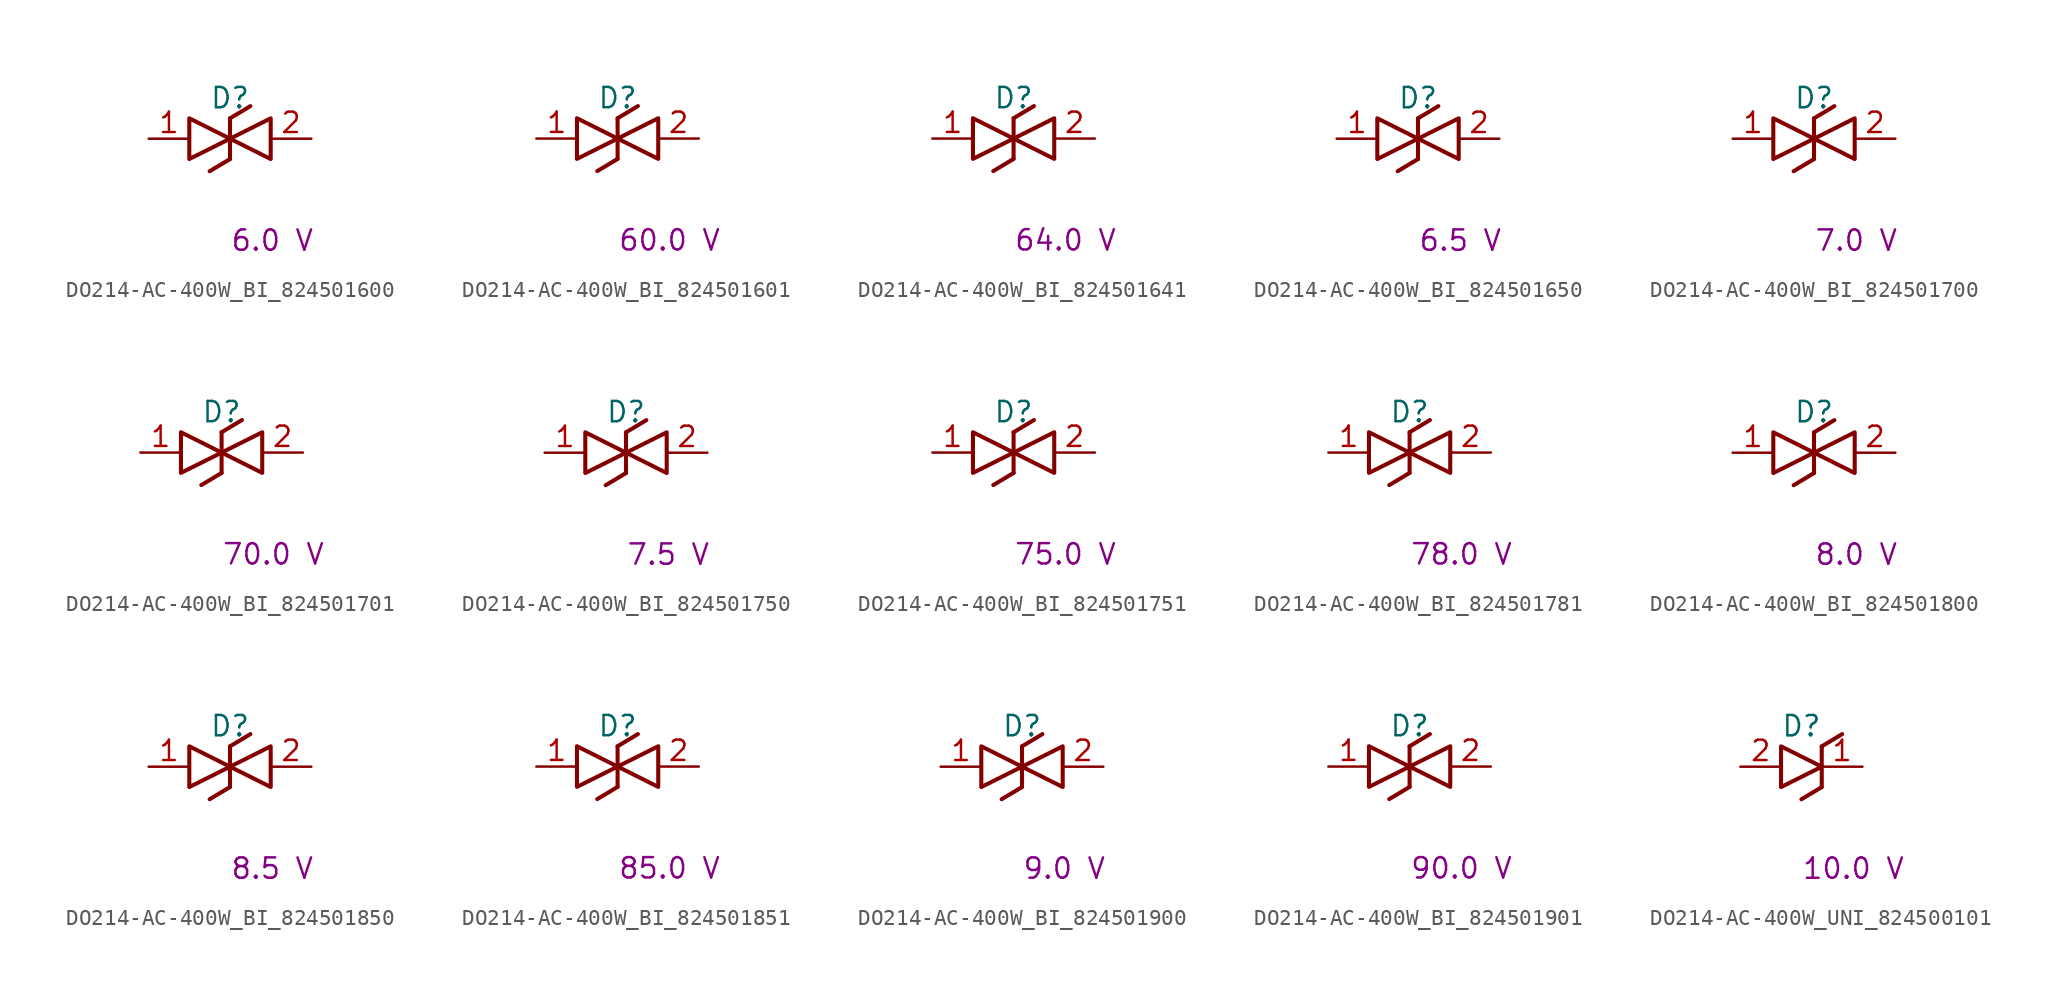
<source format=kicad_sym>
(kicad_symbol_lib
  (version 20220914)
  (generator kicad_symbol_editor)
  (symbol "DO214-AC-400W_BI_824501600"
    (pin_names hide)
    (property "Reference" "D"
      (at 0 2.54 0)
      (effects (font (size 1.27 1.27))))
    (property "Critical Parameter" "6.0 V"
      (at 0 -6.35 0)
      (effects (font (size 1.27 1.27)) (justify left)))
    (symbol "DO214-AC-400W_BI_824501600_0_1"
      (polyline (pts (xy -2.54 1.27) (xy -2.54 -1.27) (xy 2.54 1.27) (xy 2.54 -1.27) (xy -2.54 1.27)) (stroke (width 0.254) (type default)) (fill (type none))))
    (symbol "DO214-AC-400W_BI_824501600_1_1"
      (polyline (pts (xy 0 -1.27) (xy -1.27 -2.032)) (stroke (width 0.254) (type default)) (fill (type none)))
      (polyline (pts (xy 0 1.27) (xy 0 -1.27)) (stroke (width 0.254) (type default)) (fill (type none)))
      (polyline (pts (xy 0 1.27) (xy 1.27 2.032)) (stroke (width 0.254) (type default)) (fill (type none)))
      (pin passive line (at -5.08 0 0) (length 2.54) (name "1" (effects (font (size 1.27 1.27)))) (number "1" (effects (font (size 1.27 1.27)))))
      (pin passive line (at 5.08 0 180) (length 2.54) (name "2" (effects (font (size 1.27 1.27)))) (number "2" (effects (font (size 1.27 1.27)))))))
  (symbol "DO214-AC-400W_BI_824501601"
    (pin_names hide)
    (property "Reference" "D"
      (at 0 2.54 0)
      (effects (font (size 1.27 1.27))))
    (property "Critical Parameter" "60.0 V"
      (at 0 -6.35 0)
      (effects (font (size 1.27 1.27)) (justify left)))
    (symbol "DO214-AC-400W_BI_824501601_0_1"
      (polyline (pts (xy -2.54 1.27) (xy -2.54 -1.27) (xy 2.54 1.27) (xy 2.54 -1.27) (xy -2.54 1.27)) (stroke (width 0.254) (type default)) (fill (type none))))
    (symbol "DO214-AC-400W_BI_824501601_1_1"
      (polyline (pts (xy 0 -1.27) (xy -1.27 -2.032)) (stroke (width 0.254) (type default)) (fill (type none)))
      (polyline (pts (xy 0 1.27) (xy 0 -1.27)) (stroke (width 0.254) (type default)) (fill (type none)))
      (polyline (pts (xy 0 1.27) (xy 1.27 2.032)) (stroke (width 0.254) (type default)) (fill (type none)))
      (pin passive line (at -5.08 0 0) (length 2.54) (name "1" (effects (font (size 1.27 1.27)))) (number "1" (effects (font (size 1.27 1.27)))))
      (pin passive line (at 5.08 0 180) (length 2.54) (name "2" (effects (font (size 1.27 1.27)))) (number "2" (effects (font (size 1.27 1.27)))))))
  (symbol "DO214-AC-400W_BI_824501641"
    (pin_names hide)
    (property "Reference" "D"
      (at 0 2.54 0)
      (effects (font (size 1.27 1.27))))
    (property "Critical Parameter" "64.0 V"
      (at 0 -6.35 0)
      (effects (font (size 1.27 1.27)) (justify left)))
    (symbol "DO214-AC-400W_BI_824501641_0_1"
      (polyline (pts (xy -2.54 1.27) (xy -2.54 -1.27) (xy 2.54 1.27) (xy 2.54 -1.27) (xy -2.54 1.27)) (stroke (width 0.254) (type default)) (fill (type none))))
    (symbol "DO214-AC-400W_BI_824501641_1_1"
      (polyline (pts (xy 0 -1.27) (xy -1.27 -2.032)) (stroke (width 0.254) (type default)) (fill (type none)))
      (polyline (pts (xy 0 1.27) (xy 0 -1.27)) (stroke (width 0.254) (type default)) (fill (type none)))
      (polyline (pts (xy 0 1.27) (xy 1.27 2.032)) (stroke (width 0.254) (type default)) (fill (type none)))
      (pin passive line (at -5.08 0 0) (length 2.54) (name "1" (effects (font (size 1.27 1.27)))) (number "1" (effects (font (size 1.27 1.27)))))
      (pin passive line (at 5.08 0 180) (length 2.54) (name "2" (effects (font (size 1.27 1.27)))) (number "2" (effects (font (size 1.27 1.27)))))))
  (symbol "DO214-AC-400W_BI_824501650"
    (pin_names hide)
    (property "Reference" "D"
      (at 0 2.54 0)
      (effects (font (size 1.27 1.27))))
    (property "Critical Parameter" "6.5 V"
      (at 0 -6.35 0)
      (effects (font (size 1.27 1.27)) (justify left)))
    (symbol "DO214-AC-400W_BI_824501650_0_1"
      (polyline (pts (xy -2.54 1.27) (xy -2.54 -1.27) (xy 2.54 1.27) (xy 2.54 -1.27) (xy -2.54 1.27)) (stroke (width 0.254) (type default)) (fill (type none))))
    (symbol "DO214-AC-400W_BI_824501650_1_1"
      (polyline (pts (xy 0 -1.27) (xy -1.27 -2.032)) (stroke (width 0.254) (type default)) (fill (type none)))
      (polyline (pts (xy 0 1.27) (xy 0 -1.27)) (stroke (width 0.254) (type default)) (fill (type none)))
      (polyline (pts (xy 0 1.27) (xy 1.27 2.032)) (stroke (width 0.254) (type default)) (fill (type none)))
      (pin passive line (at -5.08 0 0) (length 2.54) (name "1" (effects (font (size 1.27 1.27)))) (number "1" (effects (font (size 1.27 1.27)))))
      (pin passive line (at 5.08 0 180) (length 2.54) (name "2" (effects (font (size 1.27 1.27)))) (number "2" (effects (font (size 1.27 1.27)))))))
  (symbol "DO214-AC-400W_BI_824501700"
    (pin_names hide)
    (property "Reference" "D"
      (at 0 2.54 0)
      (effects (font (size 1.27 1.27))))
    (property "Critical Parameter" "7.0 V"
      (at 0 -6.35 0)
      (effects (font (size 1.27 1.27)) (justify left)))
    (symbol "DO214-AC-400W_BI_824501700_0_1"
      (polyline (pts (xy -2.54 1.27) (xy -2.54 -1.27) (xy 2.54 1.27) (xy 2.54 -1.27) (xy -2.54 1.27)) (stroke (width 0.254) (type default)) (fill (type none))))
    (symbol "DO214-AC-400W_BI_824501700_1_1"
      (polyline (pts (xy 0 -1.27) (xy -1.27 -2.032)) (stroke (width 0.254) (type default)) (fill (type none)))
      (polyline (pts (xy 0 1.27) (xy 0 -1.27)) (stroke (width 0.254) (type default)) (fill (type none)))
      (polyline (pts (xy 0 1.27) (xy 1.27 2.032)) (stroke (width 0.254) (type default)) (fill (type none)))
      (pin passive line (at -5.08 0 0) (length 2.54) (name "1" (effects (font (size 1.27 1.27)))) (number "1" (effects (font (size 1.27 1.27)))))
      (pin passive line (at 5.08 0 180) (length 2.54) (name "2" (effects (font (size 1.27 1.27)))) (number "2" (effects (font (size 1.27 1.27)))))))
  (symbol "DO214-AC-400W_BI_824501701"
    (pin_names hide)
    (property "Reference" "D"
      (at 0 2.54 0)
      (effects (font (size 1.27 1.27))))
    (property "Critical Parameter" "70.0 V"
      (at 0 -6.35 0)
      (effects (font (size 1.27 1.27)) (justify left)))
    (symbol "DO214-AC-400W_BI_824501701_0_1"
      (polyline (pts (xy -2.54 1.27) (xy -2.54 -1.27) (xy 2.54 1.27) (xy 2.54 -1.27) (xy -2.54 1.27)) (stroke (width 0.254) (type default)) (fill (type none))))
    (symbol "DO214-AC-400W_BI_824501701_1_1"
      (polyline (pts (xy 0 -1.27) (xy -1.27 -2.032)) (stroke (width 0.254) (type default)) (fill (type none)))
      (polyline (pts (xy 0 1.27) (xy 0 -1.27)) (stroke (width 0.254) (type default)) (fill (type none)))
      (polyline (pts (xy 0 1.27) (xy 1.27 2.032)) (stroke (width 0.254) (type default)) (fill (type none)))
      (pin passive line (at -5.08 0 0) (length 2.54) (name "1" (effects (font (size 1.27 1.27)))) (number "1" (effects (font (size 1.27 1.27)))))
      (pin passive line (at 5.08 0 180) (length 2.54) (name "2" (effects (font (size 1.27 1.27)))) (number "2" (effects (font (size 1.27 1.27)))))))
  (symbol "DO214-AC-400W_BI_824501750"
    (pin_names hide)
    (property "Reference" "D"
      (at 0 2.54 0)
      (effects (font (size 1.27 1.27))))
    (property "Critical Parameter" "7.5 V"
      (at 0 -6.35 0)
      (effects (font (size 1.27 1.27)) (justify left)))
    (symbol "DO214-AC-400W_BI_824501750_0_1"
      (polyline (pts (xy -2.54 1.27) (xy -2.54 -1.27) (xy 2.54 1.27) (xy 2.54 -1.27) (xy -2.54 1.27)) (stroke (width 0.254) (type default)) (fill (type none))))
    (symbol "DO214-AC-400W_BI_824501750_1_1"
      (polyline (pts (xy 0 -1.27) (xy -1.27 -2.032)) (stroke (width 0.254) (type default)) (fill (type none)))
      (polyline (pts (xy 0 1.27) (xy 0 -1.27)) (stroke (width 0.254) (type default)) (fill (type none)))
      (polyline (pts (xy 0 1.27) (xy 1.27 2.032)) (stroke (width 0.254) (type default)) (fill (type none)))
      (pin passive line (at -5.08 0 0) (length 2.54) (name "1" (effects (font (size 1.27 1.27)))) (number "1" (effects (font (size 1.27 1.27)))))
      (pin passive line (at 5.08 0 180) (length 2.54) (name "2" (effects (font (size 1.27 1.27)))) (number "2" (effects (font (size 1.27 1.27)))))))
  (symbol "DO214-AC-400W_BI_824501751"
    (pin_names hide)
    (property "Reference" "D"
      (at 0 2.54 0)
      (effects (font (size 1.27 1.27))))
    (property "Critical Parameter" "75.0 V"
      (at 0 -6.35 0)
      (effects (font (size 1.27 1.27)) (justify left)))
    (symbol "DO214-AC-400W_BI_824501751_0_1"
      (polyline (pts (xy -2.54 1.27) (xy -2.54 -1.27) (xy 2.54 1.27) (xy 2.54 -1.27) (xy -2.54 1.27)) (stroke (width 0.254) (type default)) (fill (type none))))
    (symbol "DO214-AC-400W_BI_824501751_1_1"
      (polyline (pts (xy 0 -1.27) (xy -1.27 -2.032)) (stroke (width 0.254) (type default)) (fill (type none)))
      (polyline (pts (xy 0 1.27) (xy 0 -1.27)) (stroke (width 0.254) (type default)) (fill (type none)))
      (polyline (pts (xy 0 1.27) (xy 1.27 2.032)) (stroke (width 0.254) (type default)) (fill (type none)))
      (pin passive line (at -5.08 0 0) (length 2.54) (name "1" (effects (font (size 1.27 1.27)))) (number "1" (effects (font (size 1.27 1.27)))))
      (pin passive line (at 5.08 0 180) (length 2.54) (name "2" (effects (font (size 1.27 1.27)))) (number "2" (effects (font (size 1.27 1.27)))))))
  (symbol "DO214-AC-400W_BI_824501781"
    (pin_names hide)
    (property "Reference" "D"
      (at 0 2.54 0)
      (effects (font (size 1.27 1.27))))
    (property "Critical Parameter" "78.0 V"
      (at 0 -6.35 0)
      (effects (font (size 1.27 1.27)) (justify left)))
    (symbol "DO214-AC-400W_BI_824501781_0_1"
      (polyline (pts (xy -2.54 1.27) (xy -2.54 -1.27) (xy 2.54 1.27) (xy 2.54 -1.27) (xy -2.54 1.27)) (stroke (width 0.254) (type default)) (fill (type none))))
    (symbol "DO214-AC-400W_BI_824501781_1_1"
      (polyline (pts (xy 0 -1.27) (xy -1.27 -2.032)) (stroke (width 0.254) (type default)) (fill (type none)))
      (polyline (pts (xy 0 1.27) (xy 0 -1.27)) (stroke (width 0.254) (type default)) (fill (type none)))
      (polyline (pts (xy 0 1.27) (xy 1.27 2.032)) (stroke (width 0.254) (type default)) (fill (type none)))
      (pin passive line (at -5.08 0 0) (length 2.54) (name "1" (effects (font (size 1.27 1.27)))) (number "1" (effects (font (size 1.27 1.27)))))
      (pin passive line (at 5.08 0 180) (length 2.54) (name "2" (effects (font (size 1.27 1.27)))) (number "2" (effects (font (size 1.27 1.27)))))))
  (symbol "DO214-AC-400W_BI_824501800"
    (pin_names hide)
    (property "Reference" "D"
      (at 0 2.54 0)
      (effects (font (size 1.27 1.27))))
    (property "Critical Parameter" "8.0 V"
      (at 0 -6.35 0)
      (effects (font (size 1.27 1.27)) (justify left)))
    (symbol "DO214-AC-400W_BI_824501800_0_1"
      (polyline (pts (xy -2.54 1.27) (xy -2.54 -1.27) (xy 2.54 1.27) (xy 2.54 -1.27) (xy -2.54 1.27)) (stroke (width 0.254) (type default)) (fill (type none))))
    (symbol "DO214-AC-400W_BI_824501800_1_1"
      (polyline (pts (xy 0 -1.27) (xy -1.27 -2.032)) (stroke (width 0.254) (type default)) (fill (type none)))
      (polyline (pts (xy 0 1.27) (xy 0 -1.27)) (stroke (width 0.254) (type default)) (fill (type none)))
      (polyline (pts (xy 0 1.27) (xy 1.27 2.032)) (stroke (width 0.254) (type default)) (fill (type none)))
      (pin passive line (at -5.08 0 0) (length 2.54) (name "1" (effects (font (size 1.27 1.27)))) (number "1" (effects (font (size 1.27 1.27)))))
      (pin passive line (at 5.08 0 180) (length 2.54) (name "2" (effects (font (size 1.27 1.27)))) (number "2" (effects (font (size 1.27 1.27)))))))
  (symbol "DO214-AC-400W_BI_824501850"
    (pin_names hide)
    (property "Reference" "D"
      (at 0 2.54 0)
      (effects (font (size 1.27 1.27))))
    (property "Critical Parameter" "8.5 V"
      (at 0 -6.35 0)
      (effects (font (size 1.27 1.27)) (justify left)))
    (symbol "DO214-AC-400W_BI_824501850_0_1"
      (polyline (pts (xy -2.54 1.27) (xy -2.54 -1.27) (xy 2.54 1.27) (xy 2.54 -1.27) (xy -2.54 1.27)) (stroke (width 0.254) (type default)) (fill (type none))))
    (symbol "DO214-AC-400W_BI_824501850_1_1"
      (polyline (pts (xy 0 -1.27) (xy -1.27 -2.032)) (stroke (width 0.254) (type default)) (fill (type none)))
      (polyline (pts (xy 0 1.27) (xy 0 -1.27)) (stroke (width 0.254) (type default)) (fill (type none)))
      (polyline (pts (xy 0 1.27) (xy 1.27 2.032)) (stroke (width 0.254) (type default)) (fill (type none)))
      (pin passive line (at -5.08 0 0) (length 2.54) (name "1" (effects (font (size 1.27 1.27)))) (number "1" (effects (font (size 1.27 1.27)))))
      (pin passive line (at 5.08 0 180) (length 2.54) (name "2" (effects (font (size 1.27 1.27)))) (number "2" (effects (font (size 1.27 1.27)))))))
  (symbol "DO214-AC-400W_BI_824501851"
    (pin_names hide)
    (property "Reference" "D"
      (at 0 2.54 0)
      (effects (font (size 1.27 1.27))))
    (property "Critical Parameter" "85.0 V"
      (at 0 -6.35 0)
      (effects (font (size 1.27 1.27)) (justify left)))
    (symbol "DO214-AC-400W_BI_824501851_0_1"
      (polyline (pts (xy -2.54 1.27) (xy -2.54 -1.27) (xy 2.54 1.27) (xy 2.54 -1.27) (xy -2.54 1.27)) (stroke (width 0.254) (type default)) (fill (type none))))
    (symbol "DO214-AC-400W_BI_824501851_1_1"
      (polyline (pts (xy 0 -1.27) (xy -1.27 -2.032)) (stroke (width 0.254) (type default)) (fill (type none)))
      (polyline (pts (xy 0 1.27) (xy 0 -1.27)) (stroke (width 0.254) (type default)) (fill (type none)))
      (polyline (pts (xy 0 1.27) (xy 1.27 2.032)) (stroke (width 0.254) (type default)) (fill (type none)))
      (pin passive line (at -5.08 0 0) (length 2.54) (name "1" (effects (font (size 1.27 1.27)))) (number "1" (effects (font (size 1.27 1.27)))))
      (pin passive line (at 5.08 0 180) (length 2.54) (name "2" (effects (font (size 1.27 1.27)))) (number "2" (effects (font (size 1.27 1.27)))))))
  (symbol "DO214-AC-400W_BI_824501900"
    (pin_names hide)
    (property "Reference" "D"
      (at 0 2.54 0)
      (effects (font (size 1.27 1.27))))
    (property "Critical Parameter" "9.0 V"
      (at 0 -6.35 0)
      (effects (font (size 1.27 1.27)) (justify left)))
    (symbol "DO214-AC-400W_BI_824501900_0_1"
      (polyline (pts (xy -2.54 1.27) (xy -2.54 -1.27) (xy 2.54 1.27) (xy 2.54 -1.27) (xy -2.54 1.27)) (stroke (width 0.254) (type default)) (fill (type none))))
    (symbol "DO214-AC-400W_BI_824501900_1_1"
      (polyline (pts (xy 0 -1.27) (xy -1.27 -2.032)) (stroke (width 0.254) (type default)) (fill (type none)))
      (polyline (pts (xy 0 1.27) (xy 0 -1.27)) (stroke (width 0.254) (type default)) (fill (type none)))
      (polyline (pts (xy 0 1.27) (xy 1.27 2.032)) (stroke (width 0.254) (type default)) (fill (type none)))
      (pin passive line (at -5.08 0 0) (length 2.54) (name "1" (effects (font (size 1.27 1.27)))) (number "1" (effects (font (size 1.27 1.27)))))
      (pin passive line (at 5.08 0 180) (length 2.54) (name "2" (effects (font (size 1.27 1.27)))) (number "2" (effects (font (size 1.27 1.27)))))))
  (symbol "DO214-AC-400W_BI_824501901"
    (pin_names hide)
    (property "Reference" "D"
      (at 0 2.54 0)
      (effects (font (size 1.27 1.27))))
    (property "Critical Parameter" "90.0 V"
      (at 0 -6.35 0)
      (effects (font (size 1.27 1.27)) (justify left)))
    (symbol "DO214-AC-400W_BI_824501901_0_1"
      (polyline (pts (xy -2.54 1.27) (xy -2.54 -1.27) (xy 2.54 1.27) (xy 2.54 -1.27) (xy -2.54 1.27)) (stroke (width 0.254) (type default)) (fill (type none))))
    (symbol "DO214-AC-400W_BI_824501901_1_1"
      (polyline (pts (xy 0 -1.27) (xy -1.27 -2.032)) (stroke (width 0.254) (type default)) (fill (type none)))
      (polyline (pts (xy 0 1.27) (xy 0 -1.27)) (stroke (width 0.254) (type default)) (fill (type none)))
      (polyline (pts (xy 0 1.27) (xy 1.27 2.032)) (stroke (width 0.254) (type default)) (fill (type none)))
      (pin passive line (at -5.08 0 0) (length 2.54) (name "1" (effects (font (size 1.27 1.27)))) (number "1" (effects (font (size 1.27 1.27)))))
      (pin passive line (at 5.08 0 180) (length 2.54) (name "2" (effects (font (size 1.27 1.27)))) (number "2" (effects (font (size 1.27 1.27)))))))
  (symbol "DO214-AC-400W_UNI_824500101"
    (pin_names hide)
    (property "Reference" "D"
      (at 0 2.54 0)
      (effects (font (size 1.27 1.27))))
    (property "Critical Parameter" "10.0 V"
      (at 0 -6.35 0)
      (effects (font (size 1.27 1.27)) (justify left)))
    (symbol "DO214-AC-400W_UNI_824500101_1_1"
      (polyline (pts (xy 1.27 -1.27) (xy 0 -2.032)) (stroke (width 0.254) (type default)) (fill (type none)))
      (polyline (pts (xy 1.27 1.27) (xy 1.27 -1.27)) (stroke (width 0.254) (type default)) (fill (type none)))
      (polyline (pts (xy 1.27 1.27) (xy 2.54 2.032)) (stroke (width 0.254) (type default)) (fill (type none)))
      (polyline (pts (xy -1.27 1.27) (xy -1.27 -1.27) (xy 1.27 0) (xy -1.27 1.27)) (stroke (width 0.254) (type default)) (fill (type none)))
      (pin passive line (at -3.81 0 0) (length 2.54) (name "Anode" (effects (font (size 1.27 1.27)))) (number "2" (effects (font (size 1.27 1.27)))))
      (pin passive line (at 3.81 0 180) (length 2.54) (name "Cathode" (effects (font (size 1.27 1.27)))) (number "1" (effects (font (size 1.27 1.27))))))))
</source>
